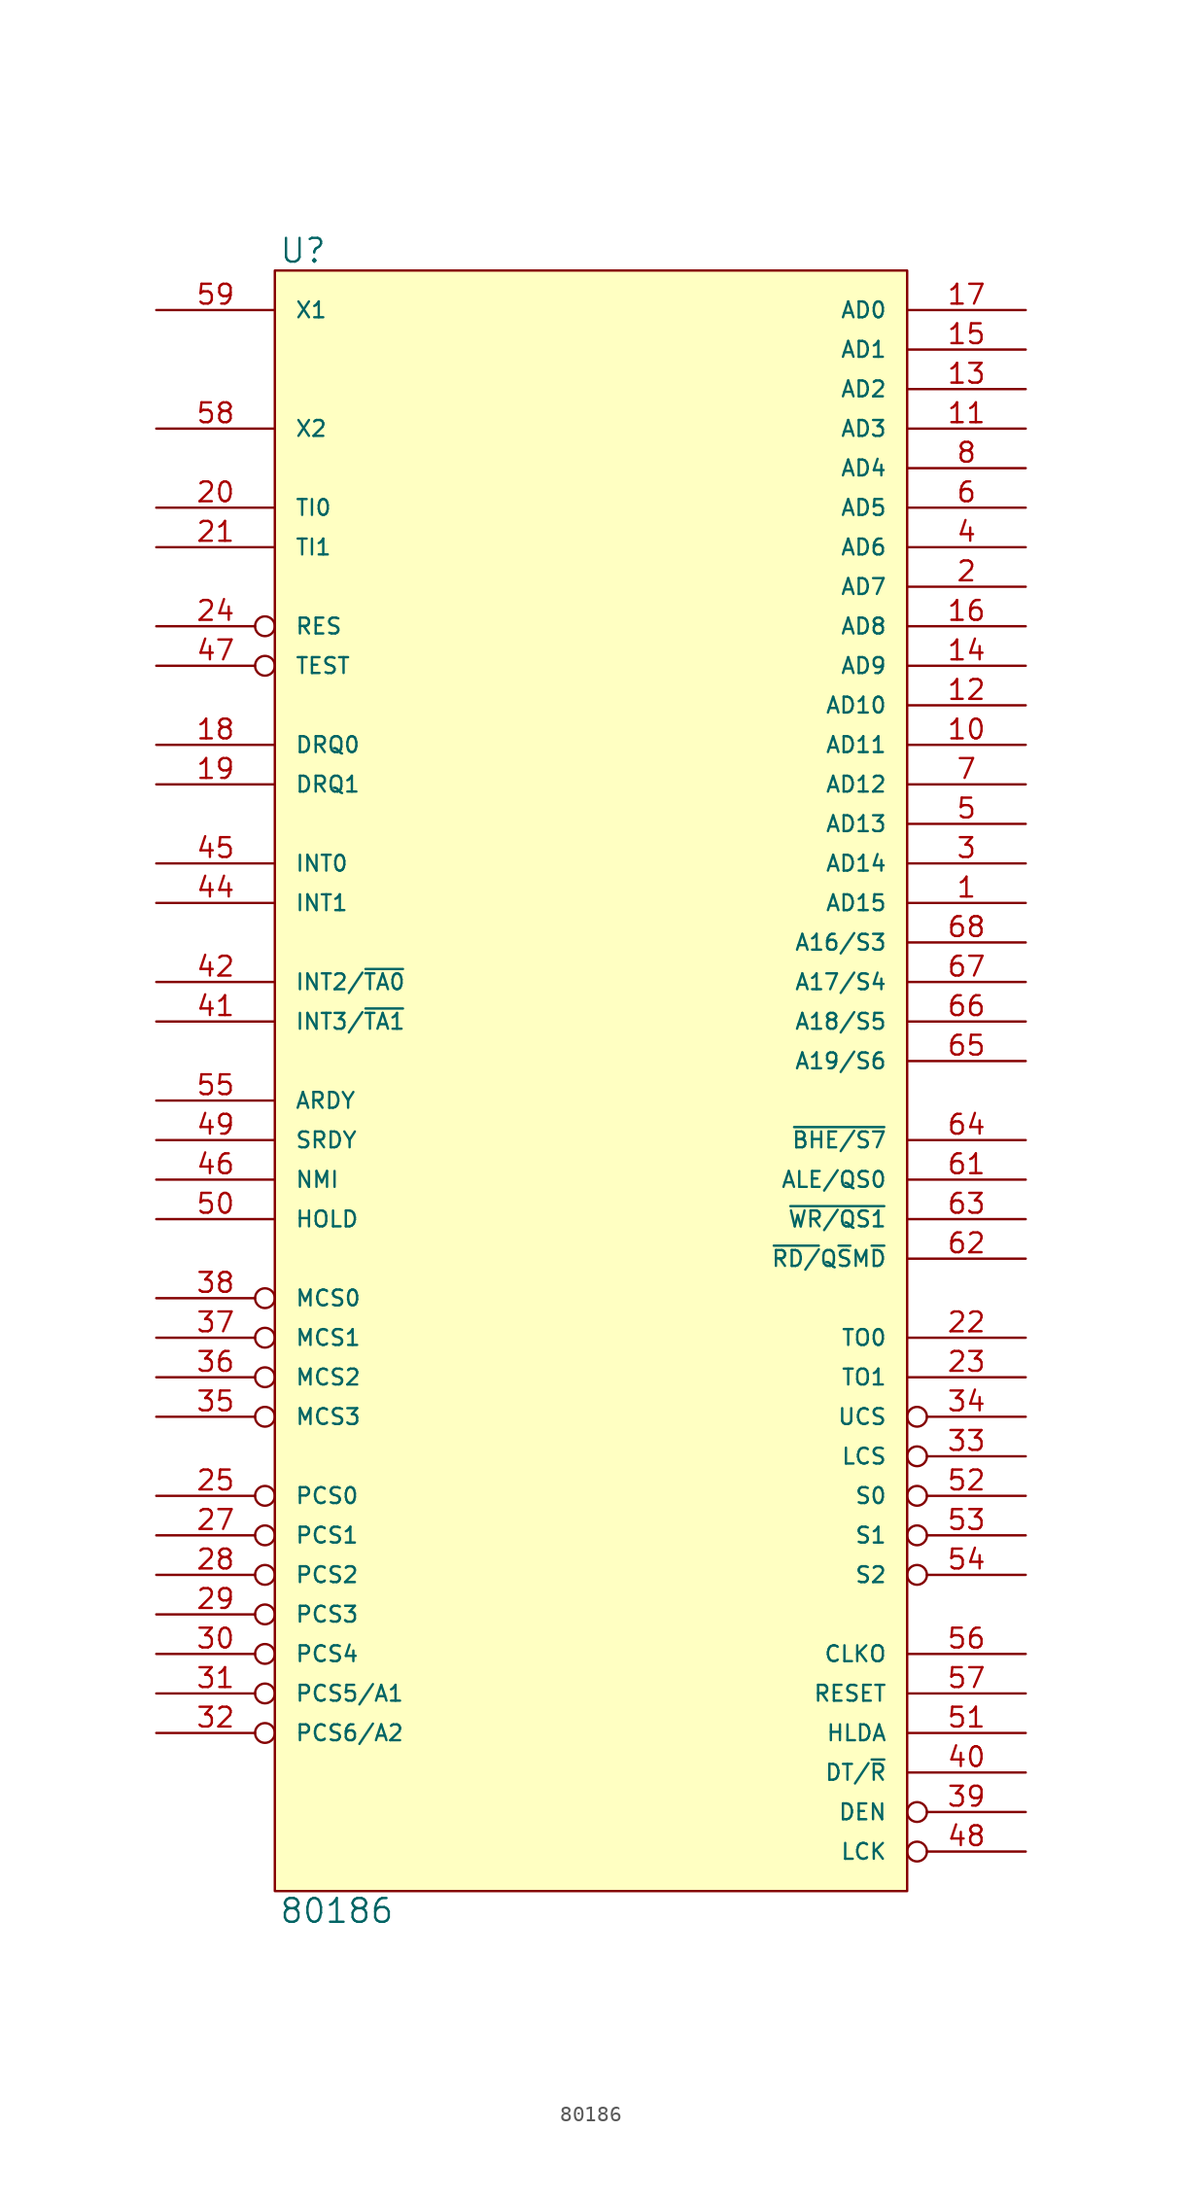
<source format=kicad_sym>
(kicad_symbol_lib
  (version 20231120)
  (generator "kicad_symbol_editor")
  (generator_version "8.0")
  (symbol "80186"
    (pin_names
      (offset 1.27))
    (property "Reference" "U"
      (at 0.254 0.381 0)
      (effects (font (size 1.524 1.524)) (justify left bottom)))
    (property "Value" "80186"
      (at 0.254 -104.521 0)
      (effects (font (size 1.524 1.524)) (justify left top)))
    (symbol "80186_0_1"
      (rectangle (start 0 0) (end 40.64 -104.14) (stroke (width 0) (type solid)) (fill (type background))))
    (symbol "80186_1_1"
      (pin bidirectional line (at 48.26 -40.64 180) (length 7.62) (name "AD15" (effects (font (size 1.016 1.016)))) (number "1" (effects (font (size 1.27 1.27)))))
      (pin bidirectional line (at 48.26 -30.48 180) (length 7.62) (name "AD11" (effects (font (size 1.016 1.016)))) (number "10" (effects (font (size 1.27 1.27)))))
      (pin bidirectional line (at 48.26 -10.16 180) (length 7.62) (name "AD3" (effects (font (size 1.016 1.016)))) (number "11" (effects (font (size 1.27 1.27)))))
      (pin bidirectional line (at 48.26 -27.94 180) (length 7.62) (name "AD10" (effects (font (size 1.016 1.016)))) (number "12" (effects (font (size 1.27 1.27)))))
      (pin bidirectional line (at 48.26 -7.62 180) (length 7.62) (name "AD2" (effects (font (size 1.016 1.016)))) (number "13" (effects (font (size 1.27 1.27)))))
      (pin bidirectional line (at 48.26 -25.4 180) (length 7.62) (name "AD9" (effects (font (size 1.016 1.016)))) (number "14" (effects (font (size 1.27 1.27)))))
      (pin bidirectional line (at 48.26 -5.08 180) (length 7.62) (name "AD1" (effects (font (size 1.016 1.016)))) (number "15" (effects (font (size 1.27 1.27)))))
      (pin bidirectional line (at 48.26 -22.86 180) (length 7.62) (name "AD8" (effects (font (size 1.016 1.016)))) (number "16" (effects (font (size 1.27 1.27)))))
      (pin bidirectional line (at 48.26 -2.54 180) (length 7.62) (name "AD0" (effects (font (size 1.016 1.016)))) (number "17" (effects (font (size 1.27 1.27)))))
      (pin input line (at -7.62 -30.48 0) (length 7.62) (name "DRQ0" (effects (font (size 1.016 1.016)))) (number "18" (effects (font (size 1.27 1.27)))))
      (pin input line (at -7.62 -33.02 0) (length 7.62) (name "DRQ1" (effects (font (size 1.016 1.016)))) (number "19" (effects (font (size 1.27 1.27)))))
      (pin bidirectional line (at 48.26 -20.32 180) (length 7.62) (name "AD7" (effects (font (size 1.016 1.016)))) (number "2" (effects (font (size 1.27 1.27)))))
      (pin input line (at -7.62 -15.24 0) (length 7.62) (name "TI0" (effects (font (size 1.016 1.016)))) (number "20" (effects (font (size 1.27 1.27)))))
      (pin input line (at -7.62 -17.78 0) (length 7.62) (name "TI1" (effects (font (size 1.016 1.016)))) (number "21" (effects (font (size 1.27 1.27)))))
      (pin output line (at 48.26 -68.58 180) (length 7.62) (name "TO0" (effects (font (size 1.016 1.016)))) (number "22" (effects (font (size 1.27 1.27)))))
      (pin output line (at 48.26 -71.12 180) (length 7.62) (name "TO1" (effects (font (size 1.016 1.016)))) (number "23" (effects (font (size 1.27 1.27)))))
      (pin input inverted (at -7.62 -22.86 0) (length 7.62) (name "RES" (effects (font (size 1.016 1.016)))) (number "24" (effects (font (size 1.27 1.27)))))
      (pin output inverted (at -7.62 -78.74 0) (length 7.62) (name "PCS0" (effects (font (size 1.016 1.016)))) (number "25" (effects (font (size 1.27 1.27)))))
      (pin power_in line (at 15.24 -104.14 90) (length 0) hide (name "VSS" (effects (font (size 1.016 1.016)))) (number "26" (effects (font (size 1.27 1.27)))))
      (pin output inverted (at -7.62 -81.28 0) (length 7.62) (name "PCS1" (effects (font (size 1.016 1.016)))) (number "27" (effects (font (size 1.27 1.27)))))
      (pin output inverted (at -7.62 -83.82 0) (length 7.62) (name "PCS2" (effects (font (size 1.016 1.016)))) (number "28" (effects (font (size 1.27 1.27)))))
      (pin output inverted (at -7.62 -86.36 0) (length 7.62) (name "PCS3" (effects (font (size 1.016 1.016)))) (number "29" (effects (font (size 1.27 1.27)))))
      (pin bidirectional line (at 48.26 -38.1 180) (length 7.62) (name "AD14" (effects (font (size 1.016 1.016)))) (number "3" (effects (font (size 1.27 1.27)))))
      (pin output inverted (at -7.62 -88.9 0) (length 7.62) (name "PCS4" (effects (font (size 1.016 1.016)))) (number "30" (effects (font (size 1.27 1.27)))))
      (pin output inverted (at -7.62 -91.44 0) (length 7.62) (name "PCS5/A1" (effects (font (size 1.016 1.016)))) (number "31" (effects (font (size 1.27 1.27)))))
      (pin output inverted (at -7.62 -93.98 0) (length 7.62) (name "PCS6/A2" (effects (font (size 1.016 1.016)))) (number "32" (effects (font (size 1.27 1.27)))))
      (pin output inverted (at 48.26 -76.2 180) (length 7.62) (name "LCS" (effects (font (size 1.016 1.016)))) (number "33" (effects (font (size 1.27 1.27)))))
      (pin output inverted (at 48.26 -73.66 180) (length 7.62) (name "UCS" (effects (font (size 1.016 1.016)))) (number "34" (effects (font (size 1.27 1.27)))))
      (pin output inverted (at -7.62 -73.66 0) (length 7.62) (name "MCS3" (effects (font (size 1.016 1.016)))) (number "35" (effects (font (size 1.27 1.27)))))
      (pin output inverted (at -7.62 -71.12 0) (length 7.62) (name "MCS2" (effects (font (size 1.016 1.016)))) (number "36" (effects (font (size 1.27 1.27)))))
      (pin output inverted (at -7.62 -68.58 0) (length 7.62) (name "MCS1" (effects (font (size 1.016 1.016)))) (number "37" (effects (font (size 1.27 1.27)))))
      (pin output inverted (at -7.62 -66.04 0) (length 7.62) (name "MCS0" (effects (font (size 1.016 1.016)))) (number "38" (effects (font (size 1.27 1.27)))))
      (pin output inverted (at 48.26 -99.06 180) (length 7.62) (name "DEN" (effects (font (size 1.016 1.016)))) (number "39" (effects (font (size 1.27 1.27)))))
      (pin bidirectional line (at 48.26 -17.78 180) (length 7.62) (name "AD6" (effects (font (size 1.016 1.016)))) (number "4" (effects (font (size 1.27 1.27)))))
      (pin output line (at 48.26 -96.52 180) (length 7.62) (name "DT/~{R}" (effects (font (size 1.016 1.016)))) (number "40" (effects (font (size 1.27 1.27)))))
      (pin bidirectional line (at -7.62 -48.26 0) (length 7.62) (name "INT3/~{TA1}" (effects (font (size 1.016 1.016)))) (number "41" (effects (font (size 1.27 1.27)))))
      (pin bidirectional line (at -7.62 -45.72 0) (length 7.62) (name "INT2/~{TA0}" (effects (font (size 1.016 1.016)))) (number "42" (effects (font (size 1.27 1.27)))))
      (pin power_in line (at 0 0 270) (length 0) hide (name "VCC" (effects (font (size 1.016 1.016)))) (number "43" (effects (font (size 1.27 1.27)))))
      (pin input line (at -7.62 -40.64 0) (length 7.62) (name "INT1" (effects (font (size 1.016 1.016)))) (number "44" (effects (font (size 1.27 1.27)))))
      (pin input line (at -7.62 -38.1 0) (length 7.62) (name "INT0" (effects (font (size 1.016 1.016)))) (number "45" (effects (font (size 1.27 1.27)))))
      (pin input line (at -7.62 -58.42 0) (length 7.62) (name "NMI" (effects (font (size 1.016 1.016)))) (number "46" (effects (font (size 1.27 1.27)))))
      (pin input inverted (at -7.62 -25.4 0) (length 7.62) (name "TEST" (effects (font (size 1.016 1.016)))) (number "47" (effects (font (size 1.27 1.27)))))
      (pin output inverted (at 48.26 -101.6 180) (length 7.62) (name "LCK" (effects (font (size 1.016 1.016)))) (number "48" (effects (font (size 1.27 1.27)))))
      (pin input line (at -7.62 -55.88 0) (length 7.62) (name "SRDY" (effects (font (size 1.016 1.016)))) (number "49" (effects (font (size 1.27 1.27)))))
      (pin bidirectional line (at 48.26 -35.56 180) (length 7.62) (name "AD13" (effects (font (size 1.016 1.016)))) (number "5" (effects (font (size 1.27 1.27)))))
      (pin input line (at -7.62 -60.96 0) (length 7.62) (name "HOLD" (effects (font (size 1.016 1.016)))) (number "50" (effects (font (size 1.27 1.27)))))
      (pin output line (at 48.26 -93.98 180) (length 7.62) (name "HLDA" (effects (font (size 1.016 1.016)))) (number "51" (effects (font (size 1.27 1.27)))))
      (pin output inverted (at 48.26 -78.74 180) (length 7.62) (name "S0" (effects (font (size 1.016 1.016)))) (number "52" (effects (font (size 1.27 1.27)))))
      (pin output inverted (at 48.26 -81.28 180) (length 7.62) (name "S1" (effects (font (size 1.016 1.016)))) (number "53" (effects (font (size 1.27 1.27)))))
      (pin output inverted (at 48.26 -83.82 180) (length 7.62) (name "S2" (effects (font (size 1.016 1.016)))) (number "54" (effects (font (size 1.27 1.27)))))
      (pin input line (at -7.62 -53.34 0) (length 7.62) (name "ARDY" (effects (font (size 1.016 1.016)))) (number "55" (effects (font (size 1.27 1.27)))))
      (pin output line (at 48.26 -88.9 180) (length 7.62) (name "CLKO" (effects (font (size 1.016 1.016)))) (number "56" (effects (font (size 1.27 1.27)))))
      (pin output line (at 48.26 -91.44 180) (length 7.62) (name "RESET" (effects (font (size 1.016 1.016)))) (number "57" (effects (font (size 1.27 1.27)))))
      (pin input line (at -7.62 -10.16 0) (length 7.62) (name "X2" (effects (font (size 1.016 1.016)))) (number "58" (effects (font (size 1.27 1.27)))))
      (pin input line (at -7.62 -2.54 0) (length 7.62) (name "X1" (effects (font (size 1.016 1.016)))) (number "59" (effects (font (size 1.27 1.27)))))
      (pin bidirectional line (at 48.26 -15.24 180) (length 7.62) (name "AD5" (effects (font (size 1.016 1.016)))) (number "6" (effects (font (size 1.27 1.27)))))
      (pin power_in line (at 0 -104.14 90) (length 0) hide (name "VSS" (effects (font (size 1.016 1.016)))) (number "60" (effects (font (size 1.27 1.27)))))
      (pin output line (at 48.26 -58.42 180) (length 7.62) (name "ALE/QS0" (effects (font (size 1.016 1.016)))) (number "61" (effects (font (size 1.27 1.27)))))
      (pin output line (at 48.26 -63.5 180) (length 7.62) (name "~{RD/}Q~{S}M~{D}" (effects (font (size 1.016 1.016)))) (number "62" (effects (font (size 1.27 1.27)))))
      (pin output line (at 48.26 -60.96 180) (length 7.62) (name "~{WR/QS1}" (effects (font (size 1.016 1.016)))) (number "63" (effects (font (size 1.27 1.27)))))
      (pin output line (at 48.26 -55.88 180) (length 7.62) (name "~{BHE/S7}" (effects (font (size 1.016 1.016)))) (number "64" (effects (font (size 1.27 1.27)))))
      (pin output line (at 48.26 -50.8 180) (length 7.62) (name "A19/S6" (effects (font (size 1.016 1.016)))) (number "65" (effects (font (size 1.27 1.27)))))
      (pin output line (at 48.26 -48.26 180) (length 7.62) (name "A18/S5" (effects (font (size 1.016 1.016)))) (number "66" (effects (font (size 1.27 1.27)))))
      (pin output line (at 48.26 -45.72 180) (length 7.62) (name "A17/S4" (effects (font (size 1.016 1.016)))) (number "67" (effects (font (size 1.27 1.27)))))
      (pin output line (at 48.26 -43.18 180) (length 7.62) (name "A16/S3" (effects (font (size 1.016 1.016)))) (number "68" (effects (font (size 1.27 1.27)))))
      (pin bidirectional line (at 48.26 -33.02 180) (length 7.62) (name "AD12" (effects (font (size 1.016 1.016)))) (number "7" (effects (font (size 1.27 1.27)))))
      (pin bidirectional line (at 48.26 -12.7 180) (length 7.62) (name "AD4" (effects (font (size 1.016 1.016)))) (number "8" (effects (font (size 1.27 1.27)))))
      (pin power_in line (at 15.24 0 270) (length 0) hide (name "VCC" (effects (font (size 1.016 1.016)))) (number "9" (effects (font (size 1.27 1.27))))))))
</source>
